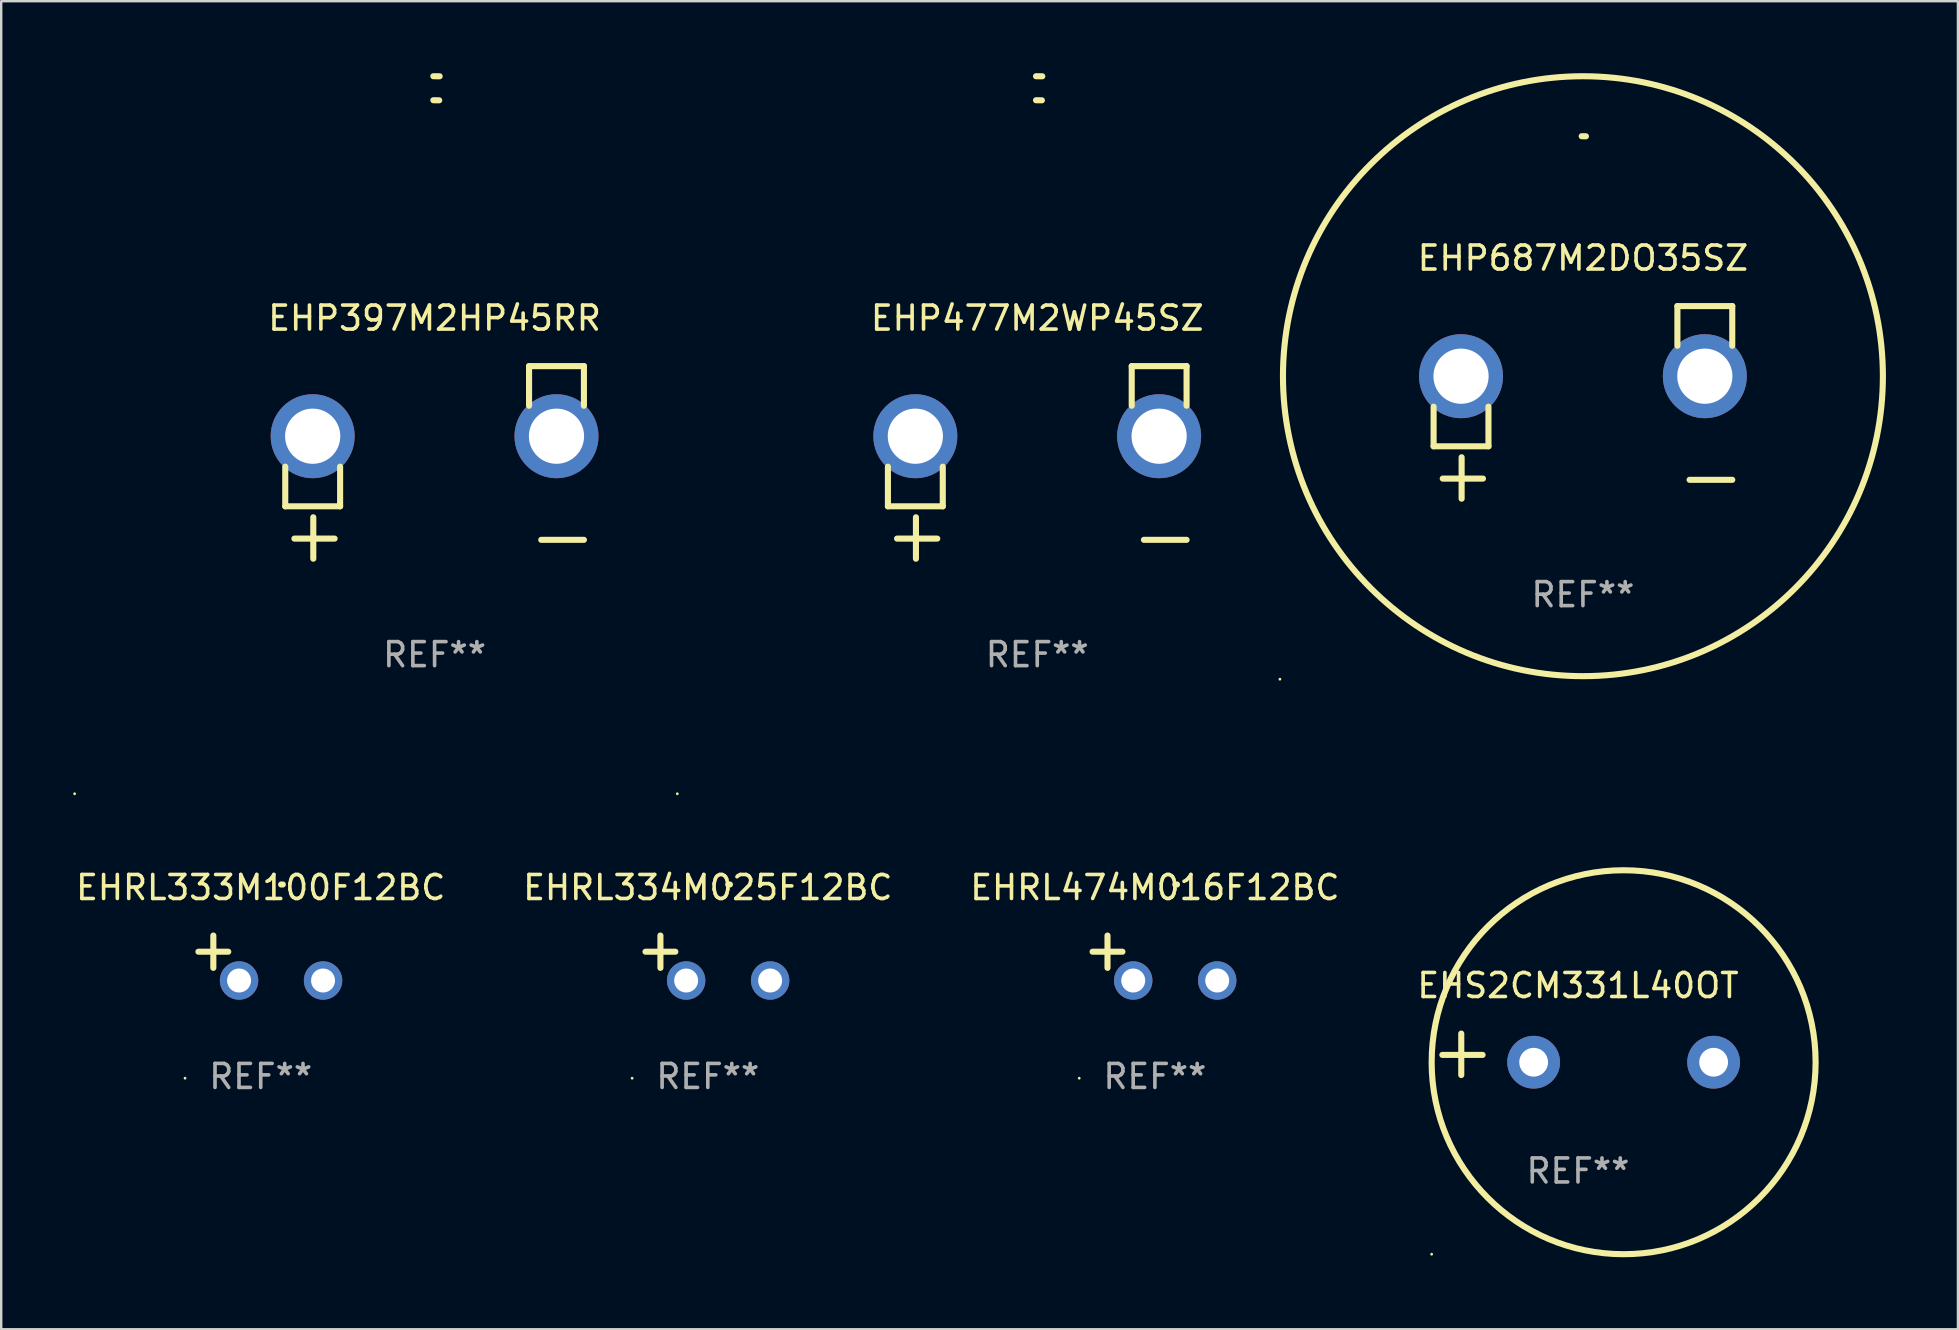
<source format=kicad_pcb>
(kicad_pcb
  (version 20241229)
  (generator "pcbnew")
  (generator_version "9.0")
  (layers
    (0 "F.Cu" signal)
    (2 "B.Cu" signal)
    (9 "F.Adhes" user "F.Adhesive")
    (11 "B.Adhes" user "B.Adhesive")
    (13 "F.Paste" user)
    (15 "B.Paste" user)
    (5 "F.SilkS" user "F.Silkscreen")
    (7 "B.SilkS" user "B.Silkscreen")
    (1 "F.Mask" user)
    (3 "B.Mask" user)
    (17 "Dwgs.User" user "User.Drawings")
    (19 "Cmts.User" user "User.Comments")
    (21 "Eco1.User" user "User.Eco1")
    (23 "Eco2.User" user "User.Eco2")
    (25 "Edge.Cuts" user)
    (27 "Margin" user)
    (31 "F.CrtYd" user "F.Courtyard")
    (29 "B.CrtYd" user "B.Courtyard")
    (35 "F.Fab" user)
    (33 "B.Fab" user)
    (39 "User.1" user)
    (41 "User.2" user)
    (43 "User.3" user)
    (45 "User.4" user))
  (footprint "EHS2CM331L40OT"
    (layer "F.Cu")
    (at 62.708 40.885)
    (property "Reference" "EHS2CM331L40OT" (at 0 -2.864 0) (layer "F.SilkS") (effects (font (size 1 1) (thickness 0.15))))
    (attr through_hole)
    (fp_line (start -4.864 0.864) (end -4.864 -0.864) (stroke (width 0.254) (type solid)) (layer "F.SilkS"))
    (fp_line (start -3.975 0.025) (end -5.652 0.025) (stroke (width 0.254) (type solid)) (layer "F.SilkS"))
    (fp_circle (center -6.098 8.33) (end -6.068 8.33) (stroke (width 0.06) (type solid)) (fill no) (layer "F.SilkS"))
    (fp_circle (center 1.902 0.33) (end 9.902 0.33) (stroke (width 0.254) (type solid)) (fill no) (layer "F.SilkS"))
    (fp_text user "REF**" (at 0 4.864 0) (layer "F.Fab") (effects (font (size 1 1) (thickness 0.15))))
    (pad "1" thru_hole circle (at -1.848 0.33) (size 2.2 2.2) (drill 1.2) (layers "*.Cu" "*.Mask"))
    (pad "2" thru_hole circle (at 5.652 0.33) (size 2.2 2.2) (drill 1.2) (layers "*.Cu" "*.Mask")))
  (footprint "EHP477M2WP45SZ"
    (layer "F.Cu")
    (at 40.174 16.22)
    (property "Reference" "EHP477M2WP45SZ" (at 0 -6.013 0) (layer "F.SilkS") (effects (font (size 1 1) (thickness 0.15))))
    (attr through_hole)
    (fp_line (start -6.223 0.178) (end -6.223 1.829) (stroke (width 0.254) (type solid)) (layer "F.SilkS"))
    (fp_line (start -6.223 1.829) (end -3.937 1.829) (stroke (width 0.254) (type solid)) (layer "F.SilkS"))
    (fp_line (start -5.055 4.013) (end -5.055 2.286) (stroke (width 0.254) (type solid)) (layer "F.SilkS"))
    (fp_line (start -4.166 3.175) (end -5.842 3.175) (stroke (width 0.254) (type solid)) (layer "F.SilkS"))
    (fp_line (start -3.937 1.829) (end -3.937 0.178) (stroke (width 0.254) (type solid)) (layer "F.SilkS"))
    (fp_line (start 3.937 -4.013) (end 3.937 -2.362) (stroke (width 0.254) (type solid)) (layer "F.SilkS"))
    (fp_line (start 6.223 -4.013) (end 3.937 -4.013) (stroke (width 0.254) (type solid)) (layer "F.SilkS"))
    (fp_line (start 6.223 -2.362) (end 6.223 -4.013) (stroke (width 0.254) (type solid)) (layer "F.SilkS"))
    (fp_line (start 6.223 3.226) (end 4.445 3.226) (stroke (width 0.254) (type solid)) (layer "F.SilkS"))
    (fp_arc (start -0.0508 -16.093472) (mid 0.080016 -16.092762) (end 0.210821 -16.090932) (stroke (width 0.254001) (type solid)) (layer "F.SilkS"))
    (fp_arc (start -0.0508 -15.09271) (mid 0.071125 -15.091961) (end 0.19304 -15.09017) (stroke (width 0.254001) (type solid)) (layer "F.SilkS"))
    (fp_circle (center -15 13.808) (end -14.97 13.808) (stroke (width 0.06) (type solid)) (fill no) (layer "F.SilkS"))
    (fp_text user "REF**" (at 0 8.013 0) (layer "F.Fab") (effects (font (size 1 1) (thickness 0.15))))
    (pad "1" thru_hole circle (at -5.08 -1.092) (size 3.5 3.5) (drill 2.3) (layers "*.Cu" "*.Mask"))
    (pad "2" thru_hole circle (at 5.08 -1.092) (size 3.5 3.5) (drill 2.3) (layers "*.Cu" "*.Mask")))
  (footprint "EHP397M2HP45RR"
    (layer "F.Cu")
    (at 15.06 16.22)
    (property "Reference" "EHP397M2HP45RR" (at 0 -6.013 0) (layer "F.SilkS") (effects (font (size 1 1) (thickness 0.15))))
    (attr through_hole)
    (fp_line (start -6.223 0.178) (end -6.223 1.829) (stroke (width 0.254) (type solid)) (layer "F.SilkS"))
    (fp_line (start -6.223 1.829) (end -3.937 1.829) (stroke (width 0.254) (type solid)) (layer "F.SilkS"))
    (fp_line (start -5.055 4.013) (end -5.055 2.286) (stroke (width 0.254) (type solid)) (layer "F.SilkS"))
    (fp_line (start -4.166 3.175) (end -5.842 3.175) (stroke (width 0.254) (type solid)) (layer "F.SilkS"))
    (fp_line (start -3.937 1.829) (end -3.937 0.178) (stroke (width 0.254) (type solid)) (layer "F.SilkS"))
    (fp_line (start 3.937 -4.013) (end 3.937 -2.362) (stroke (width 0.254) (type solid)) (layer "F.SilkS"))
    (fp_line (start 6.223 -4.013) (end 3.937 -4.013) (stroke (width 0.254) (type solid)) (layer "F.SilkS"))
    (fp_line (start 6.223 -2.362) (end 6.223 -4.013) (stroke (width 0.254) (type solid)) (layer "F.SilkS"))
    (fp_line (start 6.223 3.226) (end 4.445 3.226) (stroke (width 0.254) (type solid)) (layer "F.SilkS"))
    (fp_arc (start -0.0508 -16.093472) (mid 0.080016 -16.092762) (end 0.210821 -16.090932) (stroke (width 0.254001) (type solid)) (layer "F.SilkS"))
    (fp_arc (start -0.0508 -15.09271) (mid 0.071125 -15.091961) (end 0.19304 -15.09017) (stroke (width 0.254001) (type solid)) (layer "F.SilkS"))
    (fp_circle (center -15 13.808) (end -14.97 13.808) (stroke (width 0.06) (type solid)) (fill no) (layer "F.SilkS"))
    (fp_text user "REF**" (at 0 8.013 0) (layer "F.Fab") (effects (font (size 1 1) (thickness 0.15))))
    (pad "1" thru_hole circle (at -5.08 -1.092) (size 3.5 3.5) (drill 2.3) (layers "*.Cu" "*.Mask"))
    (pad "2" thru_hole circle (at 5.08 -1.092) (size 3.5 3.5) (drill 2.3) (layers "*.Cu" "*.Mask")))
  (footprint "EHRL333M100F12BC"
    (layer "F.Cu")
    (at 7.815 36.873)
    (property "Reference" "EHRL333M100F12BC" (at 0 -2.937 0) (layer "F.SilkS") (effects (font (size 1 1) (thickness 0.15))))
    (attr through_hole)
    (fp_line (start -1.975 0.41) (end -1.975 -0.937) (stroke (width 0.254) (type solid)) (layer "F.SilkS"))
    (fp_line (start -1.353 -0.263) (end -2.597 -0.263) (stroke (width 0.254) (type solid)) (layer "F.SilkS"))
    (fp_arc (start 0.849809 -3.063957) (mid 0.885369 -3.064114) (end 0.920929 -3.063957) (stroke (width 0.254001) (type solid)) (layer "F.SilkS"))
    (fp_circle (center -3.154 5.008) (end -3.124 5.008) (stroke (width 0.06) (type solid)) (fill no) (layer "F.SilkS"))
    (fp_text user "REF**" (at 0 4.937 0) (layer "F.Fab") (effects (font (size 1 1) (thickness 0.15))))
    (pad "1" thru_hole circle (at -0.903 0.937) (size 1.6 1.6) (drill 1) (layers "*.Cu" "*.Mask"))
    (pad "2" thru_hole circle (at 2.597 0.937) (size 1.6 1.6) (drill 1) (layers "*.Cu" "*.Mask")))
  (footprint "EHRL334M025F12BC"
    (layer "F.Cu")
    (at 26.446 36.873)
    (property "Reference" "EHRL334M025F12BC" (at 0 -2.937 0) (layer "F.SilkS") (effects (font (size 1 1) (thickness 0.15))))
    (attr through_hole)
    (fp_line (start -1.975 0.41) (end -1.975 -0.937) (stroke (width 0.254) (type solid)) (layer "F.SilkS"))
    (fp_line (start -1.353 -0.263) (end -2.597 -0.263) (stroke (width 0.254) (type solid)) (layer "F.SilkS"))
    (fp_arc (start 0.849809 -3.063957) (mid 0.885369 -3.064114) (end 0.920929 -3.063957) (stroke (width 0.254001) (type solid)) (layer "F.SilkS"))
    (fp_circle (center -3.154 5.008) (end -3.124 5.008) (stroke (width 0.06) (type solid)) (fill no) (layer "F.SilkS"))
    (fp_text user "REF**" (at 0 4.937 0) (layer "F.Fab") (effects (font (size 1 1) (thickness 0.15))))
    (pad "1" thru_hole circle (at -0.903 0.937) (size 1.6 1.6) (drill 1) (layers "*.Cu" "*.Mask"))
    (pad "2" thru_hole circle (at 2.597 0.937) (size 1.6 1.6) (drill 1) (layers "*.Cu" "*.Mask")))
  (footprint "EHP687M2DO35SZ"
    (layer "F.Cu")
    (at 62.914 13.719)
    (property "Reference" "EHP687M2DO35SZ" (at 0 -6.013 0) (layer "F.SilkS") (effects (font (size 1 1) (thickness 0.15))))
    (attr through_hole)
    (fp_line (start -6.223 0.178) (end -6.223 1.829) (stroke (width 0.254) (type solid)) (layer "F.SilkS"))
    (fp_line (start -6.223 1.829) (end -3.937 1.829) (stroke (width 0.254) (type solid)) (layer "F.SilkS"))
    (fp_line (start -5.055 4.013) (end -5.055 2.286) (stroke (width 0.254) (type solid)) (layer "F.SilkS"))
    (fp_line (start -4.166 3.175) (end -5.842 3.175) (stroke (width 0.254) (type solid)) (layer "F.SilkS"))
    (fp_line (start -3.937 1.829) (end -3.937 0.178) (stroke (width 0.254) (type solid)) (layer "F.SilkS"))
    (fp_line (start 3.937 -4.013) (end 3.937 -2.362) (stroke (width 0.254) (type solid)) (layer "F.SilkS"))
    (fp_line (start 6.223 -4.013) (end 3.937 -4.013) (stroke (width 0.254) (type solid)) (layer "F.SilkS"))
    (fp_line (start 6.223 -2.362) (end 6.223 -4.013) (stroke (width 0.254) (type solid)) (layer "F.SilkS"))
    (fp_line (start 6.223 3.226) (end 4.445 3.226) (stroke (width 0.254) (type solid)) (layer "F.SilkS"))
    (fp_arc (start -0.0508 -11.092202) (mid 0.036835 -11.091307) (end 0.12446 -11.089662) (stroke (width 0.254001) (type solid)) (layer "F.SilkS"))
    (fp_circle (center -12.627 11.535) (end -12.597 11.535) (stroke (width 0.06) (type solid)) (fill no) (layer "F.SilkS"))
    (fp_circle (center 0 -1.092) (end 12.5 -1.092) (stroke (width 0.254) (type solid)) (fill no) (layer "F.SilkS"))
    (fp_text user "REF**" (at 0 8.013 0) (layer "F.Fab") (effects (font (size 1 1) (thickness 0.15))))
    (pad "1" thru_hole circle (at -5.08 -1.092) (size 3.5 3.5) (drill 2.3) (layers "*.Cu" "*.Mask"))
    (pad "2" thru_hole circle (at 5.08 -1.092) (size 3.5 3.5) (drill 2.3) (layers "*.Cu" "*.Mask")))
  (footprint "EHRL474M016F12BC"
    (layer "F.Cu")
    (at 45.077 36.873)
    (property "Reference" "EHRL474M016F12BC" (at 0 -2.937 0) (layer "F.SilkS") (effects (font (size 1 1) (thickness 0.15))))
    (attr through_hole)
    (fp_line (start -1.975 0.41) (end -1.975 -0.937) (stroke (width 0.254) (type solid)) (layer "F.SilkS"))
    (fp_line (start -1.353 -0.263) (end -2.597 -0.263) (stroke (width 0.254) (type solid)) (layer "F.SilkS"))
    (fp_arc (start 0.849809 -3.063957) (mid 0.885369 -3.064114) (end 0.920929 -3.063957) (stroke (width 0.254001) (type solid)) (layer "F.SilkS"))
    (fp_circle (center -3.154 5.008) (end -3.124 5.008) (stroke (width 0.06) (type solid)) (fill no) (layer "F.SilkS"))
    (fp_text user "REF**" (at 0 4.937 0) (layer "F.Fab") (effects (font (size 1 1) (thickness 0.15))))
    (pad "1" thru_hole circle (at -0.903 0.937) (size 1.6 1.6) (drill 1) (layers "*.Cu" "*.Mask"))
    (pad "2" thru_hole circle (at 2.597 0.937) (size 1.6 1.6) (drill 1) (layers "*.Cu" "*.Mask")))
  (gr_rect
    (start -3 -3)
    (end 78.541 52.342)
    (stroke (width 0.1) (type default))
    (fill no)
    (layer "Edge.Cuts")))
</source>
